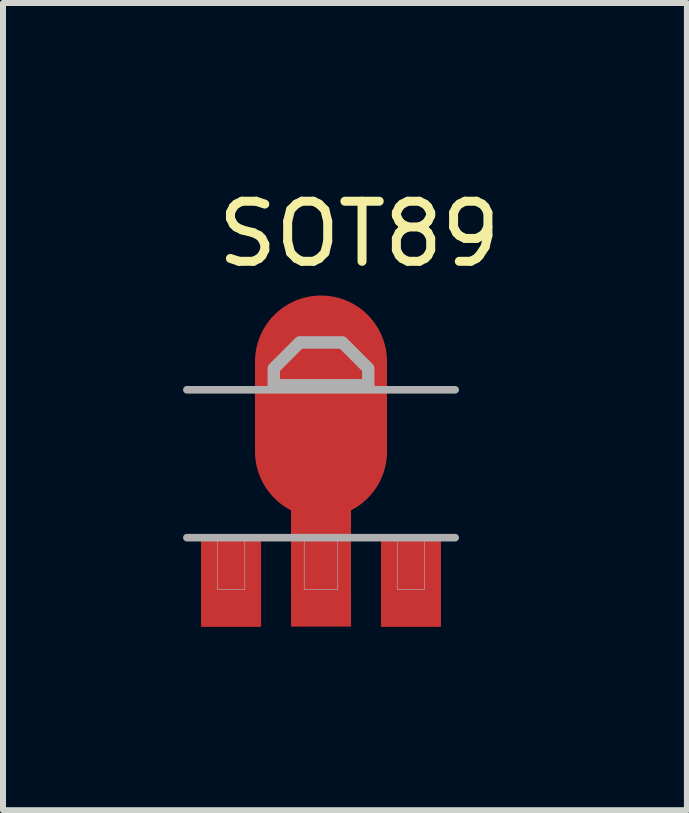
<source format=kicad_pcb>
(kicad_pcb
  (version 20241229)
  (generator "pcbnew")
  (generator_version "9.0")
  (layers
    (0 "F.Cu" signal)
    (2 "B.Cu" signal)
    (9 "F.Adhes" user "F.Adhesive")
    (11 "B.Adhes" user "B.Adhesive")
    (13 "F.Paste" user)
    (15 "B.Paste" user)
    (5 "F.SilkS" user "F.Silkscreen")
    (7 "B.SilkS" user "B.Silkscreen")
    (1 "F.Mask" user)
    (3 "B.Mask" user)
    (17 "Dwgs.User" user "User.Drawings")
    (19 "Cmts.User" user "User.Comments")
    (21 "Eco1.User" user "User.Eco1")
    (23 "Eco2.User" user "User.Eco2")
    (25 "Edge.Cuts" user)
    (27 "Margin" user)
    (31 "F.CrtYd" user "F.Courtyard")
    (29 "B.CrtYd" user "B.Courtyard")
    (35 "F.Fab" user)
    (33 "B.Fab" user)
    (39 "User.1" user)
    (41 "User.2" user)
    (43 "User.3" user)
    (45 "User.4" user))
  (footprint "SOT89"
    (layer "F.Cu")
    (at 2.299 4.664)
    (property "Reference" "SOT89" (at 0.636 -3.815 0) (layer "F.SilkS") (effects (font (size 1.001 1.001) (thickness 0.15))))
    (attr smd)
    (fp_poly (pts (xy -2.028 1.2) (xy -0.975 1.2) (xy -0.975 2.779) (xy -2.028 2.779)) (stroke (width 0.01) (type solid)) (fill yes) (layer "F.Mask"))
    (fp_poly (pts (xy -0.525 1.2) (xy 0.525 1.2) (xy 0.525 2.776) (xy -0.525 2.776)) (stroke (width 0.01) (type solid)) (fill yes) (layer "F.Mask"))
    (fp_poly (pts (xy 0.977 1.2) (xy 2.025 1.2) (xy 2.025 2.78) (xy 0.977 2.78)) (stroke (width 0.01) (type solid)) (fill yes) (layer "F.Mask"))
    (fp_poly (pts (xy -1.903 1.28) (xy -1.1 1.28) (xy -1.1 2.684) (xy -1.903 2.684)) (stroke (width 0.01) (type solid)) (fill yes) (layer "F.Paste"))
    (fp_poly (pts (xy -0.901 -2.2) (xy 0.9 -2.2) (xy 0.9 0) (xy -0.901 0)) (stroke (width 0.01) (type solid)) (fill yes) (layer "F.Paste"))
    (fp_poly (pts (xy -0.4 1.28) (xy 0.4 1.28) (xy 0.4 2.683) (xy -0.4 2.683)) (stroke (width 0.01) (type solid)) (fill yes) (layer "F.Paste"))
    (fp_poly (pts (xy 1.101 1.28) (xy 1.9 1.28) (xy 1.9 2.682) (xy 1.101 2.682)) (stroke (width 0.01) (type solid)) (fill yes) (layer "F.Paste"))
    (fp_line (start -2.235 -1.219) (end 2.235 -1.219) (stroke (width 0.127) (type solid)) (layer "F.Fab"))
    (fp_line (start -0.787 -1.575) (end -0.356 -2.007) (stroke (width 0.2) (type solid)) (layer "F.Fab"))
    (fp_line (start -0.787 -1.295) (end -0.787 -1.575) (stroke (width 0.2) (type solid)) (layer "F.Fab"))
    (fp_line (start -0.356 -2.007) (end 0.356 -2.007) (stroke (width 0.2) (type solid)) (layer "F.Fab"))
    (fp_line (start 0.356 -2.007) (end 0.787 -1.575) (stroke (width 0.2) (type solid)) (layer "F.Fab"))
    (fp_line (start 0.787 -1.575) (end 0.787 -1.295) (stroke (width 0.2) (type solid)) (layer "F.Fab"))
    (fp_line (start 0.787 -1.295) (end -0.787 -1.295) (stroke (width 0.2) (type solid)) (layer "F.Fab"))
    (fp_line (start 2.235 1.245) (end -2.235 1.245) (stroke (width 0.127) (type solid)) (layer "F.Fab"))
    (fp_poly (pts (xy -1.728 1.27) (xy -1.27 1.27) (xy -1.27 2.11) (xy -1.728 2.11)) (stroke (width 0.01) (type solid)) (fill no) (layer "F.Fab"))
    (fp_poly (pts (xy -0.28 1.27) (xy 0.279 1.27) (xy 0.279 2.111) (xy -0.28 2.111)) (stroke (width 0.01) (type solid)) (fill no) (layer "F.Fab"))
    (fp_poly (pts (xy 1.27 1.27) (xy 1.727 1.27) (xy 1.727 2.108) (xy 1.27 2.108)) (stroke (width 0.01) (type solid)) (fill no) (layer "F.Fab"))
    (fp_poly (pts (xy -0.787 -1.321) (xy -0.787 -1.575) (xy -0.356 -2.007) (xy 0.305 -2.007) (xy 0.356 -2.007) (xy 0.787 -1.575) (xy 0.787 -1.295) (xy -0.787 -1.295)) (stroke (width 0.2) (type solid)) (fill no) (layer "F.Fab"))
    (pad "1" smd rect (at -1.499 1.981) (size 1 1.5) (layers "F.Cu"))
    (pad "2" smd rect (at 0 1.727) (size 1 2) (layers "F.Cu"))
    (pad "2@1" smd oval (at 0 -0.94) (size 2.2 3.7) (layers "F.Cu" "F.Mask"))
    (pad "3" smd rect (at 1.499 1.981) (size 1 1.5) (layers "F.Cu")))
  (gr_rect
    (start -3 -3)
    (end 8.396 10.45)
    (stroke (width 0.1) (type default))
    (fill no)
    (layer "Edge.Cuts")))
</source>
